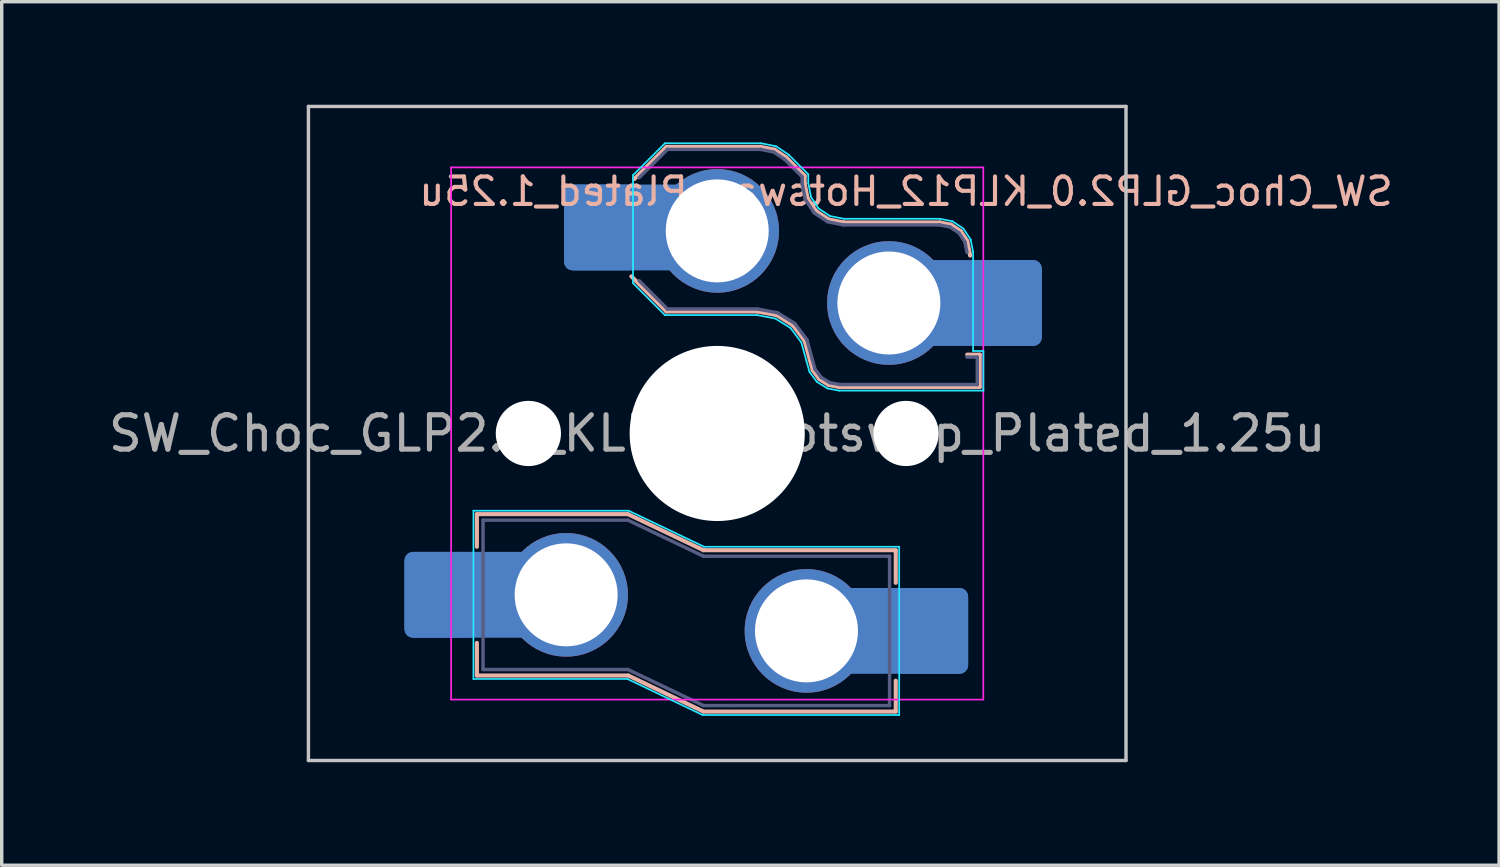
<source format=kicad_pcb>
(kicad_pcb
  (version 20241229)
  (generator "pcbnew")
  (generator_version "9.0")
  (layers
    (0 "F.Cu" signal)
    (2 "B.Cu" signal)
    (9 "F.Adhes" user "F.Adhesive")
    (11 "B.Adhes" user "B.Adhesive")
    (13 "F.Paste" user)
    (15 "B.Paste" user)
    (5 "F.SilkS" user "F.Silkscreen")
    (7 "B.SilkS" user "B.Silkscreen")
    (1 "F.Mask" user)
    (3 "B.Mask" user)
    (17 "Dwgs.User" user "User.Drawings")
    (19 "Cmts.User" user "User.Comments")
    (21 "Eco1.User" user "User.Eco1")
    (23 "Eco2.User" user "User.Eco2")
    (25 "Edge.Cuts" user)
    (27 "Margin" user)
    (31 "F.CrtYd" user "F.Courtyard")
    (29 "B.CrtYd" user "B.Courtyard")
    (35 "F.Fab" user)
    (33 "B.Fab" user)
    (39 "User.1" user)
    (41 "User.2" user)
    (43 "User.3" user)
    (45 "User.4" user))
  (footprint "SW_Choc_GLP2.0_KLP12_Hotswap_Plated_1.25u"
    (layer "F.Cu")
    (at 17.839 9.575)
    (property "Reference" "SW_Choc_GLP2.0_KLP12_Hotswap_Plated_1.25u" (at 5.5 -7.05 180) (layer "B.SilkS") (effects (font (size 0.8 0.8) (thickness 0.12)) (justify mirror)))
    (attr smd)
    (fp_line (start -7 2.35) (end -7 3.3) (stroke (width 0.12) (type solid)) (layer "B.SilkS"))
    (fp_line (start -7 2.35) (end -2.6 2.35) (stroke (width 0.12) (type solid)) (layer "B.SilkS"))
    (fp_line (start -7 7.05) (end -7 6.1) (stroke (width 0.12) (type solid)) (layer "B.SilkS"))
    (fp_line (start -7 7.05) (end -2.59 7.05) (stroke (width 0.12) (type solid)) (layer "B.SilkS"))
    (fp_line (start -2.6 2.35) (end -0.4 3.4) (stroke (width 0.12) (type solid)) (layer "B.SilkS"))
    (fp_line (start -2.59 7.05) (end -0.4 8.1) (stroke (width 0.12) (type solid)) (layer "B.SilkS"))
    (fp_line (start -2.416 -7.409) (end -1.479 -8.346) (stroke (width 0.12) (type solid)) (layer "B.SilkS"))
    (fp_line (start -1.479 -8.346) (end 1.268 -8.346) (stroke (width 0.12) (type solid)) (layer "B.SilkS"))
    (fp_line (start -1.479 -3.554) (end -2.5 -4.575) (stroke (width 0.12) (type solid)) (layer "B.SilkS"))
    (fp_line (start 1.168 -3.554) (end -1.479 -3.554) (stroke (width 0.12) (type solid)) (layer "B.SilkS"))
    (fp_line (start 1.268 -8.346) (end 1.671 -8.266) (stroke (width 0.12) (type solid)) (layer "B.SilkS"))
    (fp_line (start 1.671 -8.266) (end 2.013 -8.037) (stroke (width 0.12) (type solid)) (layer "B.SilkS"))
    (fp_line (start 1.73 -3.449) (end 1.168 -3.554) (stroke (width 0.12) (type solid)) (layer "B.SilkS"))
    (fp_line (start 2.013 -8.037) (end 2.546 -7.504) (stroke (width 0.12) (type solid)) (layer "B.SilkS"))
    (fp_line (start 2.209 -3.15) (end 1.73 -3.449) (stroke (width 0.12) (type solid)) (layer "B.SilkS"))
    (fp_line (start 2.546 -7.504) (end 2.546 -7.282) (stroke (width 0.12) (type solid)) (layer "B.SilkS"))
    (fp_line (start 2.546 -7.282) (end 2.633 -6.844) (stroke (width 0.12) (type solid)) (layer "B.SilkS"))
    (fp_line (start 2.547 -2.697) (end 2.209 -3.15) (stroke (width 0.12) (type solid)) (layer "B.SilkS"))
    (fp_line (start 2.633 -6.844) (end 2.877 -6.477) (stroke (width 0.12) (type solid)) (layer "B.SilkS"))
    (fp_line (start 2.701 -2.139) (end 2.547 -2.697) (stroke (width 0.12) (type solid)) (layer "B.SilkS"))
    (fp_line (start 2.783 -1.841) (end 2.701 -2.139) (stroke (width 0.12) (type solid)) (layer "B.SilkS"))
    (fp_line (start 2.877 -6.477) (end 3.244 -6.233) (stroke (width 0.12) (type solid)) (layer "B.SilkS"))
    (fp_line (start 2.976 -1.583) (end 2.783 -1.841) (stroke (width 0.12) (type solid)) (layer "B.SilkS"))
    (fp_line (start 3.244 -6.233) (end 3.682 -6.146) (stroke (width 0.12) (type solid)) (layer "B.SilkS"))
    (fp_line (start 3.25 -1.413) (end 2.976 -1.583) (stroke (width 0.12) (type solid)) (layer "B.SilkS"))
    (fp_line (start 3.56 -1.354) (end 3.25 -1.413) (stroke (width 0.12) (type solid)) (layer "B.SilkS"))
    (fp_line (start 3.682 -6.146) (end 6.482 -6.146) (stroke (width 0.12) (type solid)) (layer "B.SilkS"))
    (fp_line (start 5.2 3.4) (end -0.4 3.4) (stroke (width 0.12) (type solid)) (layer "B.SilkS"))
    (fp_line (start 5.2 3.4) (end 5.2 4.35) (stroke (width 0.12) (type solid)) (layer "B.SilkS"))
    (fp_line (start 5.2 8.1) (end -0.4 8.1) (stroke (width 0.12) (type solid)) (layer "B.SilkS"))
    (fp_line (start 5.2 8.1) (end 5.2 7.2) (stroke (width 0.12) (type solid)) (layer "B.SilkS"))
    (fp_line (start 6.482 -6.146) (end 6.809 -6.081) (stroke (width 0.12) (type solid)) (layer "B.SilkS"))
    (fp_line (start 6.809 -6.081) (end 7.092 -5.892) (stroke (width 0.12) (type solid)) (layer "B.SilkS"))
    (fp_line (start 7.092 -5.892) (end 7.281 -5.609) (stroke (width 0.12) (type solid)) (layer "B.SilkS"))
    (fp_line (start 7.281 -5.609) (end 7.366 -5.182) (stroke (width 0.12) (type solid)) (layer "B.SilkS"))
    (fp_line (start 7.283 -2.296) (end 7.646 -2.296) (stroke (width 0.12) (type solid)) (layer "B.SilkS"))
    (fp_line (start 7.646 -2.296) (end 7.646 -1.354) (stroke (width 0.12) (type solid)) (layer "B.SilkS"))
    (fp_line (start 7.646 -1.354) (end 3.56 -1.354) (stroke (width 0.12) (type solid)) (layer "B.SilkS"))
    (fp_line (start -11.906 -9.525) (end -11.906 9.525) (stroke (width 0.1) (type default)) (layer "Dwgs.User"))
    (fp_line (start 11.906 -9.525) (end -11.906 -9.525) (stroke (width 0.1) (type solid)) (layer "Dwgs.User"))
    (fp_line (start 11.906 -9.525) (end 11.906 9.525) (stroke (width 0.1) (type default)) (layer "Dwgs.User"))
    (fp_line (start 11.906 9.525) (end -11.906 9.525) (stroke (width 0.1) (type solid)) (layer "Dwgs.User"))
    (fp_line (start -7.1 2.25) (end -7.1 7.15) (stroke (width 0.05) (type solid)) (layer "B.CrtYd"))
    (fp_line (start -7.1 2.25) (end -2.58 2.25) (stroke (width 0.05) (type solid)) (layer "B.CrtYd"))
    (fp_line (start -7.1 7.15) (end -2.615 7.15) (stroke (width 0.05) (type solid)) (layer "B.CrtYd"))
    (fp_line (start -2.615 7.15) (end -0.425 8.2) (stroke (width 0.05) (type solid)) (layer "B.CrtYd"))
    (fp_line (start -2.58 2.25) (end -0.38 3.3) (stroke (width 0.05) (type solid)) (layer "B.CrtYd"))
    (fp_line (start -2.452 -7.523) (end -1.523 -8.452) (stroke (width 0.05) (type solid)) (layer "B.CrtYd"))
    (fp_line (start -2.452 -4.377) (end -2.452 -7.523) (stroke (width 0.05) (type solid)) (layer "B.CrtYd"))
    (fp_line (start -1.523 -8.452) (end 1.278 -8.452) (stroke (width 0.05) (type solid)) (layer "B.CrtYd"))
    (fp_line (start -1.523 -3.448) (end -2.452 -4.377) (stroke (width 0.05) (type solid)) (layer "B.CrtYd"))
    (fp_line (start 1.159 -3.448) (end -1.523 -3.448) (stroke (width 0.05) (type solid)) (layer "B.CrtYd"))
    (fp_line (start 1.278 -8.452) (end 1.712 -8.366) (stroke (width 0.05) (type solid)) (layer "B.CrtYd"))
    (fp_line (start 1.691 -3.348) (end 1.159 -3.448) (stroke (width 0.05) (type solid)) (layer "B.CrtYd"))
    (fp_line (start 1.712 -8.366) (end 2.081 -8.119) (stroke (width 0.05) (type solid)) (layer "B.CrtYd"))
    (fp_line (start 2.081 -8.119) (end 2.652 -7.548) (stroke (width 0.05) (type solid)) (layer "B.CrtYd"))
    (fp_line (start 2.136 -3.071) (end 1.691 -3.348) (stroke (width 0.05) (type solid)) (layer "B.CrtYd"))
    (fp_line (start 2.45 -2.65) (end 2.136 -3.071) (stroke (width 0.05) (type solid)) (layer "B.CrtYd"))
    (fp_line (start 2.599 -2.111) (end 2.45 -2.65) (stroke (width 0.05) (type solid)) (layer "B.CrtYd"))
    (fp_line (start 2.652 -7.548) (end 2.652 -7.292) (stroke (width 0.05) (type solid)) (layer "B.CrtYd"))
    (fp_line (start 2.652 -7.292) (end 2.733 -6.885) (stroke (width 0.05) (type solid)) (layer "B.CrtYd"))
    (fp_line (start 2.687 -1.794) (end 2.599 -2.111) (stroke (width 0.05) (type solid)) (layer "B.CrtYd"))
    (fp_line (start 2.733 -6.885) (end 2.953 -6.553) (stroke (width 0.05) (type solid)) (layer "B.CrtYd"))
    (fp_line (start 2.903 -1.503) (end 2.687 -1.794) (stroke (width 0.05) (type solid)) (layer "B.CrtYd"))
    (fp_line (start 2.953 -6.553) (end 3.285 -6.333) (stroke (width 0.05) (type solid)) (layer "B.CrtYd"))
    (fp_line (start 3.211 -1.312) (end 2.903 -1.503) (stroke (width 0.05) (type solid)) (layer "B.CrtYd"))
    (fp_line (start 3.285 -6.333) (end 3.692 -6.252) (stroke (width 0.05) (type solid)) (layer "B.CrtYd"))
    (fp_line (start 3.55 -1.248) (end 3.211 -1.312) (stroke (width 0.05) (type solid)) (layer "B.CrtYd"))
    (fp_line (start 3.692 -6.252) (end 6.492 -6.252) (stroke (width 0.05) (type solid)) (layer "B.CrtYd"))
    (fp_line (start 5.3 3.3) (end -0.38 3.3) (stroke (width 0.05) (type solid)) (layer "B.CrtYd"))
    (fp_line (start 5.3 3.3) (end 5.3 8.2) (stroke (width 0.05) (type solid)) (layer "B.CrtYd"))
    (fp_line (start 5.3 8.2) (end -0.425 8.2) (stroke (width 0.05) (type solid)) (layer "B.CrtYd"))
    (fp_line (start 6.492 -6.252) (end 6.85 -6.181) (stroke (width 0.05) (type solid)) (layer "B.CrtYd"))
    (fp_line (start 6.85 -6.181) (end 7.168 -5.968) (stroke (width 0.05) (type solid)) (layer "B.CrtYd"))
    (fp_line (start 7.168 -5.968) (end 7.381 -5.65) (stroke (width 0.05) (type solid)) (layer "B.CrtYd"))
    (fp_line (start 7.381 -5.65) (end 7.452 -5.292) (stroke (width 0.05) (type solid)) (layer "B.CrtYd"))
    (fp_line (start 7.452 -5.292) (end 7.452 -2.402) (stroke (width 0.05) (type solid)) (layer "B.CrtYd"))
    (fp_line (start 7.452 -2.402) (end 7.752 -2.402) (stroke (width 0.05) (type solid)) (layer "B.CrtYd"))
    (fp_line (start 7.752 -2.402) (end 7.752 -1.248) (stroke (width 0.05) (type solid)) (layer "B.CrtYd"))
    (fp_line (start 7.752 -1.248) (end 3.55 -1.248) (stroke (width 0.05) (type solid)) (layer "B.CrtYd"))
    (fp_line (start -7.75 7.75) (end -7.75 -7.75) (stroke (width 0.05) (type solid)) (layer "F.CrtYd"))
    (fp_line (start 7.75 -7.75) (end -7.75 -7.75) (stroke (width 0.05) (type solid)) (layer "F.CrtYd"))
    (fp_line (start 7.75 -7.75) (end 7.75 7.75) (stroke (width 0.05) (type solid)) (layer "F.CrtYd"))
    (fp_line (start 7.75 7.75) (end -7.75 7.75) (stroke (width 0.05) (type solid)) (layer "F.CrtYd"))
    (fp_line (start -6.82 2.525) (end -6.82 6.875) (stroke (width 0.1) (type solid)) (layer "B.Fab"))
    (fp_line (start -6.82 2.525) (end -2.6 2.525) (stroke (width 0.1) (type solid)) (layer "B.Fab"))
    (fp_line (start -6.82 6.875) (end -2.6 6.875) (stroke (width 0.1) (type solid)) (layer "B.Fab"))
    (fp_line (start -2.6 2.525) (end -0.4 3.575) (stroke (width 0.1) (type solid)) (layer "B.Fab"))
    (fp_line (start -2.6 6.875) (end -0.4 7.925) (stroke (width 0.1) (type solid)) (layer "B.Fab"))
    (fp_line (start -2.275 -7.45) (end -1.45 -8.275) (stroke (width 0.1) (type solid)) (layer "B.Fab"))
    (fp_line (start -1.45 -8.275) (end 1.261 -8.275) (stroke (width 0.1) (type solid)) (layer "B.Fab"))
    (fp_line (start -1.45 -3.625) (end -2.275 -4.45) (stroke (width 0.1) (type solid)) (layer "B.Fab"))
    (fp_line (start 0.4 7.925) (end -0.4 7.925) (stroke (width 0.1) (type solid)) (layer "B.Fab"))
    (fp_line (start 1.175 -3.625) (end -1.45 -3.625) (stroke (width 0.1) (type solid)) (layer "B.Fab"))
    (fp_line (start 1.261 -8.275) (end 1.643 -8.199) (stroke (width 0.1) (type solid)) (layer "B.Fab"))
    (fp_line (start 1.643 -8.199) (end 1.968 -7.982) (stroke (width 0.1) (type solid)) (layer "B.Fab"))
    (fp_line (start 1.756 -3.516) (end 1.175 -3.625) (stroke (width 0.1) (type solid)) (layer "B.Fab"))
    (fp_line (start 1.968 -7.982) (end 2.475 -7.475) (stroke (width 0.1) (type solid)) (layer "B.Fab"))
    (fp_line (start 2.258 -3.203) (end 1.756 -3.516) (stroke (width 0.1) (type solid)) (layer "B.Fab"))
    (fp_line (start 2.475 -7.475) (end 2.475 -7.275) (stroke (width 0.1) (type solid)) (layer "B.Fab"))
    (fp_line (start 2.475 -7.275) (end 2.566 -6.816) (stroke (width 0.1) (type solid)) (layer "B.Fab"))
    (fp_line (start 2.566 -6.816) (end 2.826 -6.426) (stroke (width 0.1) (type solid)) (layer "B.Fab"))
    (fp_line (start 2.612 -2.729) (end 2.258 -3.203) (stroke (width 0.1) (type solid)) (layer "B.Fab"))
    (fp_line (start 2.769 -2.158) (end 2.612 -2.729) (stroke (width 0.1) (type solid)) (layer "B.Fab"))
    (fp_line (start 2.826 -6.426) (end 3.216 -6.166) (stroke (width 0.1) (type solid)) (layer "B.Fab"))
    (fp_line (start 2.848 -1.873) (end 2.769 -2.158) (stroke (width 0.1) (type solid)) (layer "B.Fab"))
    (fp_line (start 3.025 -1.636) (end 2.848 -1.873) (stroke (width 0.1) (type solid)) (layer "B.Fab"))
    (fp_line (start 3.216 -6.166) (end 3.675 -6.075) (stroke (width 0.1) (type solid)) (layer "B.Fab"))
    (fp_line (start 3.276 -1.48) (end 3.025 -1.636) (stroke (width 0.1) (type solid)) (layer "B.Fab"))
    (fp_line (start 3.567 -1.425) (end 3.276 -1.48) (stroke (width 0.1) (type solid)) (layer "B.Fab"))
    (fp_line (start 3.675 -6.075) (end 6.475 -6.075) (stroke (width 0.1) (type solid)) (layer "B.Fab"))
    (fp_line (start 5.02 3.575) (end -0.4 3.575) (stroke (width 0.1) (type solid)) (layer "B.Fab"))
    (fp_line (start 5.02 3.575) (end 5.02 7.925) (stroke (width 0.1) (type solid)) (layer "B.Fab"))
    (fp_line (start 5.02 7.925) (end 0.4 7.925) (stroke (width 0.1) (type solid)) (layer "B.Fab"))
    (fp_line (start 6.475 -6.075) (end 6.781 -6.014) (stroke (width 0.1) (type solid)) (layer "B.Fab"))
    (fp_line (start 6.781 -6.014) (end 7.041 -5.841) (stroke (width 0.1) (type solid)) (layer "B.Fab"))
    (fp_line (start 7.041 -5.841) (end 7.214 -5.581) (stroke (width 0.1) (type solid)) (layer "B.Fab"))
    (fp_line (start 7.214 -5.581) (end 7.275 -5.275) (stroke (width 0.1) (type solid)) (layer "B.Fab"))
    (fp_line (start 7.275 -2.225) (end 7.575 -2.225) (stroke (width 0.1) (type solid)) (layer "B.Fab"))
    (fp_line (start 7.575 -2.225) (end 7.575 -1.425) (stroke (width 0.1) (type solid)) (layer "B.Fab"))
    (fp_line (start 7.575 -1.425) (end 3.567 -1.425) (stroke (width 0.1) (type solid)) (layer "B.Fab"))
    (fp_rect (start -7.05 -7.05) (end 7.05 7.05) (stroke (width 0.12) (type default)) (fill no) (layer "User.1"))
    (fp_text user "${REFERENCE}" (at 0 0 0) (layer "F.Fab") (effects (font (size 1 1) (thickness 0.15))))
    (pad "" np_thru_hole circle (at -5.5 0) (size 1.9 1.9) (drill 1.9) (layers "*.Cu" "*.Mask"))
    (pad "" np_thru_hole circle (at 0 0) (size 5.1 5.1) (drill 5.1) (layers "*.Cu" "*.Mask"))
    (pad "" np_thru_hole circle (at 5.5 0) (size 1.9 1.9) (drill 1.9) (layers "*.Cu" "*.Mask"))
    (pad "1" thru_hole circle (at 2.6 5.75) (size 3.6 3.6) (drill 3) (layers "*.Cu" "*.Mask"))
    (pad "1" thru_hole circle (at 5 -3.8) (size 3.6 3.6) (drill 3) (layers "*.Cu" "*.Mask"))
    (pad "1" smd roundrect (at 5.383 5.75) (size 3.85 2.5) (layers "B.Cu") (roundrect_rratio 0.1))
    (pad "1" smd roundrect (at 6.229 5.75) (size 2.159 2.5) (layers "B.Cu" "B.Mask" "B.Paste") (roundrect_rratio 0.116))
    (pad "1" smd roundrect (at 7.53 -3.8) (size 3.85 2.5) (layers "B.Cu") (roundrect_rratio 0.1))
    (pad "1" smd roundrect (at 8.376 -3.8) (size 2.159 2.5) (layers "B.Cu" "B.Mask" "B.Paste") (roundrect_rratio 0.116))
    (pad "2" smd roundrect (at -8.03 4.7) (size 2.159 2.5) (layers "B.Cu" "B.Mask" "B.Paste") (roundrect_rratio 0.116))
    (pad "2" smd roundrect (at -7.185 4.699) (size 3.85 2.5) (layers "B.Cu") (roundrect_rratio 0.1))
    (pad "2" thru_hole circle (at -4.4 4.7) (size 3.6 3.6) (drill 3) (layers "*.Cu" "*.Mask"))
    (pad "2" smd roundrect (at -3.381 -6) (size 2.159 2.5) (layers "B.Cu" "B.Mask" "B.Paste") (roundrect_rratio 0.116))
    (pad "2" smd roundrect (at -2.535 -6) (size 3.85 2.5) (layers "B.Cu") (roundrect_rratio 0.1))
    (pad "2" thru_hole circle (at 0 -5.9) (size 3.6 3.6) (drill 3) (layers "*.Cu" "*.Mask")))
  (gr_rect
    (start -3 -3)
    (end 40.611 22.15)
    (stroke (width 0.1) (type default))
    (fill no)
    (layer "Edge.Cuts")))
</source>
